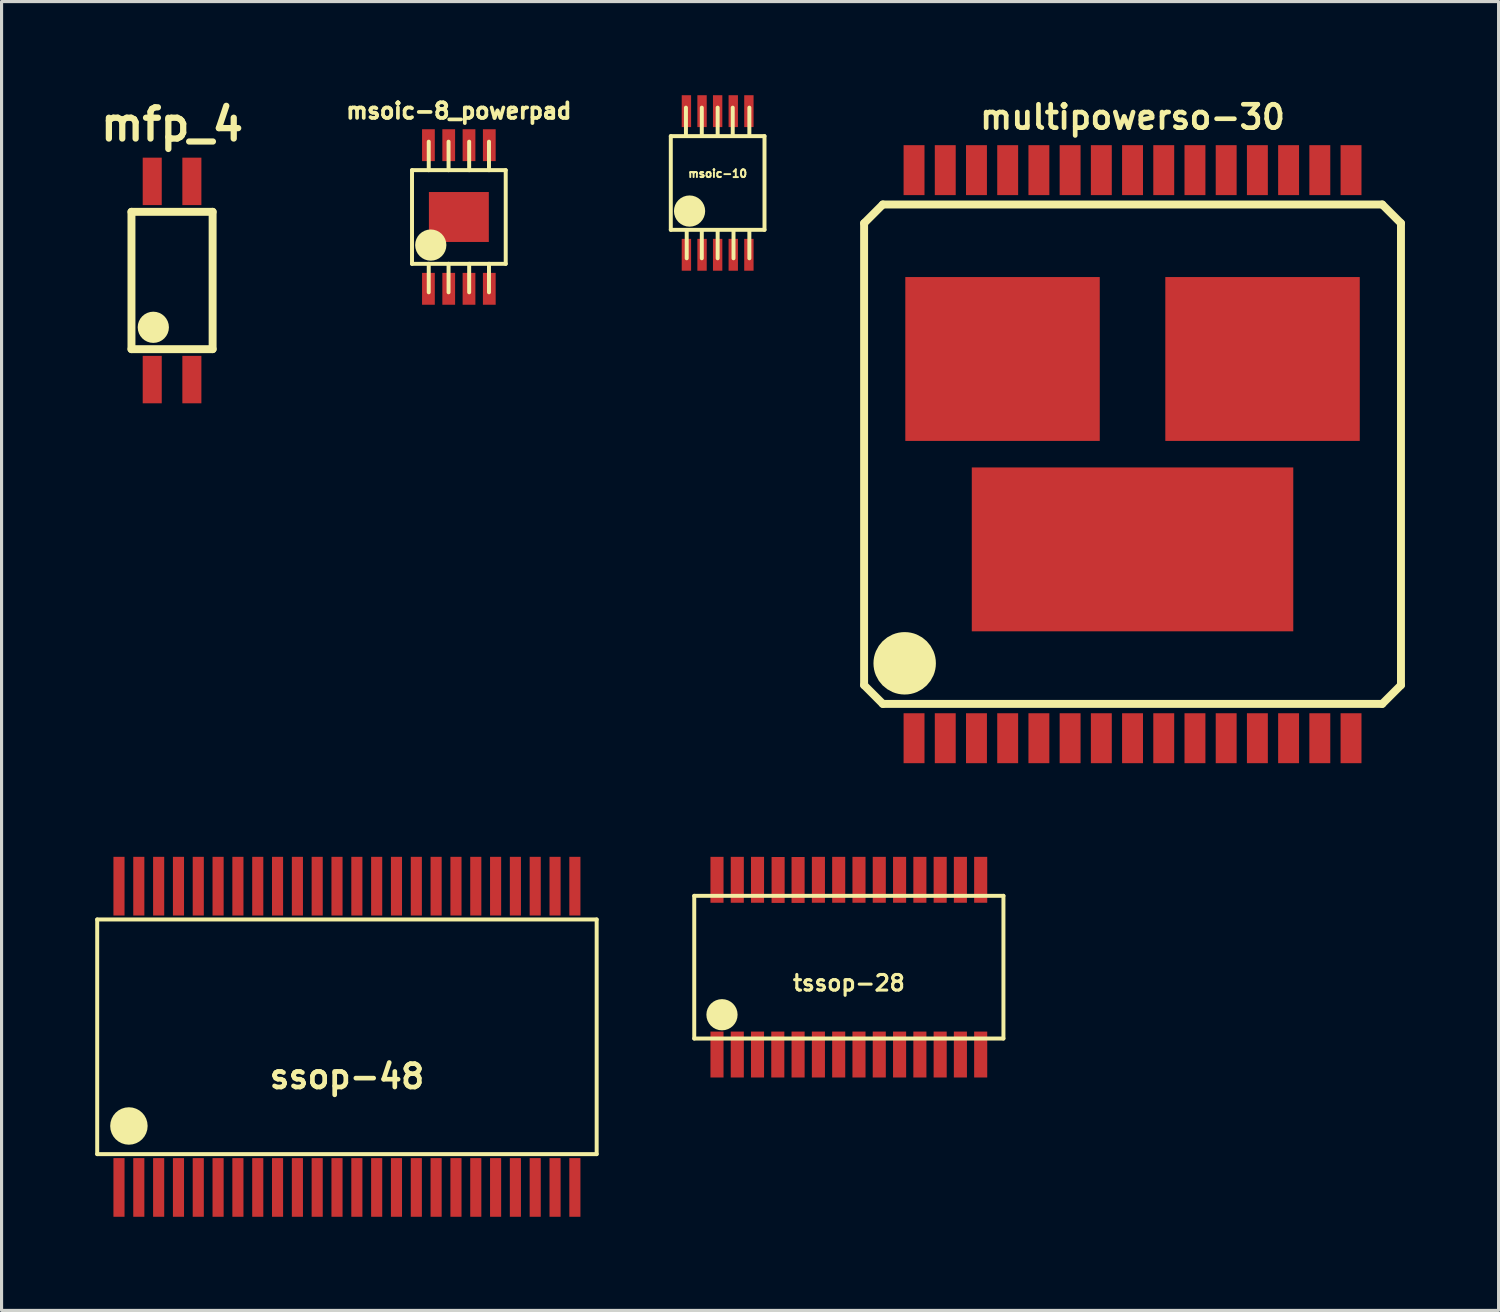
<source format=kicad_pcb>
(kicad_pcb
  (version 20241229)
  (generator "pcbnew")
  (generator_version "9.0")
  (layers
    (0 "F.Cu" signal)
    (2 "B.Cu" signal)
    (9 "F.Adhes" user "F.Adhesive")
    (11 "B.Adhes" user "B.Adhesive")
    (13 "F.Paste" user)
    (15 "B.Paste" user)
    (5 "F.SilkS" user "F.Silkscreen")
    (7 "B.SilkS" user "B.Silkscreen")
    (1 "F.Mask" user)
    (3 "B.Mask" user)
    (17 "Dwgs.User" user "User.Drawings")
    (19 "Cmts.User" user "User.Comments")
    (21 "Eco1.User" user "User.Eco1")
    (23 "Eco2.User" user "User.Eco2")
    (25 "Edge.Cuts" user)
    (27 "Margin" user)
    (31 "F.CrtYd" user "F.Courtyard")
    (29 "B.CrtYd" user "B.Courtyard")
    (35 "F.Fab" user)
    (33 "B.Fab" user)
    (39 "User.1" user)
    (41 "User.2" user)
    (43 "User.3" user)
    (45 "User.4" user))
  (footprint "tssop-28"
    (layer "F.Cu")
    (at 24.145 27.936)
    (property "Reference" "tssop-28" (at 0 0.508 0) (layer "F.SilkS") (effects (font (size 0.5 0.5) (thickness 0.099))))
    (attr through_hole)
    (fp_line (start -4.953 -2.286) (end -4.953 2.286) (stroke (width 0.127) (type solid)) (layer "F.SilkS"))
    (fp_line (start -4.953 2.286) (end 4.953 2.286) (stroke (width 0.127) (type solid)) (layer "F.SilkS"))
    (fp_line (start 4.953 -2.286) (end -4.953 -2.286) (stroke (width 0.127) (type solid)) (layer "F.SilkS"))
    (fp_line (start 4.953 2.286) (end 4.953 -2.286) (stroke (width 0.127) (type solid)) (layer "F.SilkS"))
    (fp_circle (center -4.064 1.524) (end -3.814 1.524) (stroke (width 0.5) (type solid)) (fill no) (layer "F.SilkS"))
    (pad "1" smd rect (at -4.224 2.799) (size 0.419 1.471) (layers "F.Cu" "F.Mask" "F.Paste"))
    (pad "2" smd rect (at -3.574 2.799) (size 0.419 1.471) (layers "F.Cu" "F.Mask" "F.Paste"))
    (pad "3" smd rect (at -2.926 2.799) (size 0.419 1.471) (layers "F.Cu" "F.Mask" "F.Paste"))
    (pad "4" smd rect (at -2.276 2.799) (size 0.419 1.471) (layers "F.Cu" "F.Mask" "F.Paste"))
    (pad "5" smd rect (at -1.626 2.799) (size 0.419 1.471) (layers "F.Cu" "F.Mask" "F.Paste"))
    (pad "6" smd rect (at -0.975 2.799) (size 0.419 1.471) (layers "F.Cu" "F.Mask" "F.Paste"))
    (pad "7" smd rect (at -0.325 2.799) (size 0.419 1.471) (layers "F.Cu" "F.Mask" "F.Paste"))
    (pad "8" smd rect (at 0.325 2.799) (size 0.419 1.471) (layers "F.Cu" "F.Mask" "F.Paste"))
    (pad "9" smd rect (at 0.975 2.799) (size 0.419 1.471) (layers "F.Cu" "F.Mask" "F.Paste"))
    (pad "10" smd rect (at 1.626 2.799) (size 0.419 1.471) (layers "F.Cu" "F.Mask" "F.Paste"))
    (pad "11" smd rect (at 2.276 2.799) (size 0.419 1.471) (layers "F.Cu" "F.Mask" "F.Paste"))
    (pad "12" smd rect (at 2.926 2.799) (size 0.419 1.471) (layers "F.Cu" "F.Mask" "F.Paste"))
    (pad "13" smd rect (at 3.574 2.799) (size 0.419 1.471) (layers "F.Cu" "F.Mask" "F.Paste"))
    (pad "14" smd rect (at 4.224 2.799) (size 0.419 1.471) (layers "F.Cu" "F.Mask" "F.Paste"))
    (pad "15" smd rect (at 4.224 -2.799) (size 0.419 1.471) (layers "F.Cu" "F.Mask" "F.Paste"))
    (pad "16" smd rect (at 3.574 -2.799) (size 0.419 1.471) (layers "F.Cu" "F.Mask" "F.Paste"))
    (pad "17" smd rect (at 2.926 -2.799) (size 0.419 1.471) (layers "F.Cu" "F.Mask" "F.Paste"))
    (pad "18" smd rect (at 2.276 -2.799) (size 0.419 1.471) (layers "F.Cu" "F.Mask" "F.Paste"))
    (pad "19" smd rect (at 1.626 -2.799) (size 0.419 1.471) (layers "F.Cu" "F.Mask" "F.Paste"))
    (pad "20" smd rect (at 0.975 -2.799) (size 0.419 1.471) (layers "F.Cu" "F.Mask" "F.Paste"))
    (pad "21" smd rect (at 0.325 -2.799) (size 0.419 1.471) (layers "F.Cu" "F.Mask" "F.Paste"))
    (pad "22" smd rect (at -0.325 -2.799) (size 0.419 1.471) (layers "F.Cu" "F.Mask" "F.Paste"))
    (pad "23" smd rect (at -0.975 -2.799) (size 0.419 1.471) (layers "F.Cu" "F.Mask" "F.Paste"))
    (pad "24" smd rect (at -1.626 -2.794) (size 0.419 1.471) (layers "F.Cu" "F.Mask" "F.Paste"))
    (pad "25" smd rect (at -2.266 -2.794) (size 0.419 1.471) (layers "F.Cu" "F.Mask" "F.Paste"))
    (pad "26" smd rect (at -2.926 -2.799) (size 0.419 1.471) (layers "F.Cu" "F.Mask" "F.Paste"))
    (pad "27" smd rect (at -3.574 -2.799) (size 0.419 1.471) (layers "F.Cu" "F.Mask" "F.Paste"))
    (pad "28" smd rect (at -4.224 -2.799) (size 0.419 1.471) (layers "F.Cu" "F.Mask" "F.Paste")))
  (footprint "multipowerso-30"
    (layer "F.Cu")
    (at 33.234 11.501)
    (property "Reference" "multipowerso-30" (at 0 -10.8 0) (layer "F.SilkS") (effects (font (size 0.749 0.749) (thickness 0.15))))
    (attr through_hole)
    (fp_line (start -8.6 -7.4) (end -8.6 7.4) (stroke (width 0.254) (type solid)) (layer "F.SilkS"))
    (fp_line (start -8.6 -7.4) (end -8 -8) (stroke (width 0.254) (type solid)) (layer "F.SilkS"))
    (fp_line (start -8.6 7.4) (end -8 8) (stroke (width 0.254) (type solid)) (layer "F.SilkS"))
    (fp_line (start -8 -8) (end 8 -8) (stroke (width 0.254) (type solid)) (layer "F.SilkS"))
    (fp_line (start -8 8) (end 8 8) (stroke (width 0.254) (type solid)) (layer "F.SilkS"))
    (fp_line (start 8 -8) (end 8.6 -7.4) (stroke (width 0.254) (type solid)) (layer "F.SilkS"))
    (fp_line (start 8 8) (end 8.6 7.4) (stroke (width 0.254) (type solid)) (layer "F.SilkS"))
    (fp_line (start 8.6 -7.4) (end 8.6 7.4) (stroke (width 0.254) (type solid)) (layer "F.SilkS"))
    (fp_circle (center -7.3 6.7) (end -6.8 6.7) (stroke (width 1) (type solid)) (fill no) (layer "F.SilkS"))
    (pad "1" smd rect (at -7 9.1) (size 0.67 1.6) (layers "F.Cu" "F.Mask" "F.Paste"))
    (pad "2" smd rect (at -6 9.1) (size 0.67 1.6) (layers "F.Cu" "F.Mask" "F.Paste"))
    (pad "3" smd rect (at -5 9.1) (size 0.67 1.6) (layers "F.Cu" "F.Mask" "F.Paste"))
    (pad "4" smd rect (at -4 9.1) (size 0.67 1.6) (layers "F.Cu" "F.Mask" "F.Paste"))
    (pad "5" smd rect (at -3 9.1) (size 0.67 1.6) (layers "F.Cu" "F.Mask" "F.Paste"))
    (pad "6" smd rect (at -2 9.1) (size 0.67 1.6) (layers "F.Cu" "F.Mask" "F.Paste"))
    (pad "7" smd rect (at -1 9.1) (size 0.67 1.6) (layers "F.Cu" "F.Mask" "F.Paste"))
    (pad "8" smd rect (at 0 9.1) (size 0.67 1.6) (layers "F.Cu" "F.Mask" "F.Paste"))
    (pad "9" smd rect (at 1 9.1) (size 0.67 1.6) (layers "F.Cu" "F.Mask" "F.Paste"))
    (pad "10" smd rect (at 2 9.1) (size 0.67 1.6) (layers "F.Cu" "F.Mask" "F.Paste"))
    (pad "11" smd rect (at 3 9.1) (size 0.67 1.6) (layers "F.Cu" "F.Mask" "F.Paste"))
    (pad "12" smd rect (at 4 9.1) (size 0.67 1.6) (layers "F.Cu" "F.Mask" "F.Paste"))
    (pad "13" smd rect (at 5 9.1) (size 0.67 1.6) (layers "F.Cu" "F.Mask" "F.Paste"))
    (pad "14" smd rect (at 6 9.1) (size 0.67 1.6) (layers "F.Cu" "F.Mask" "F.Paste"))
    (pad "15" smd rect (at 7 9.1) (size 0.67 1.6) (layers "F.Cu" "F.Mask" "F.Paste"))
    (pad "16" smd rect (at 7 -9.1) (size 0.67 1.6) (layers "F.Cu" "F.Mask" "F.Paste"))
    (pad "17" smd rect (at 6 -9.1) (size 0.67 1.6) (layers "F.Cu" "F.Mask" "F.Paste"))
    (pad "18" smd rect (at 5 -9.1) (size 0.67 1.6) (layers "F.Cu" "F.Mask" "F.Paste"))
    (pad "19" smd rect (at 4 -9.1) (size 0.67 1.6) (layers "F.Cu" "F.Mask" "F.Paste"))
    (pad "20" smd rect (at 3 -9.1) (size 0.67 1.6) (layers "F.Cu" "F.Mask" "F.Paste"))
    (pad "21" smd rect (at 2 -9.1) (size 0.67 1.6) (layers "F.Cu" "F.Mask" "F.Paste"))
    (pad "22" smd rect (at 1 -9.1) (size 0.67 1.6) (layers "F.Cu" "F.Mask" "F.Paste"))
    (pad "23" smd rect (at 0 -9.1) (size 0.67 1.6) (layers "F.Cu" "F.Mask" "F.Paste"))
    (pad "24" smd rect (at -1 -9.1) (size 0.67 1.6) (layers "F.Cu" "F.Mask" "F.Paste"))
    (pad "25" smd rect (at -2 -9.1) (size 0.67 1.6) (layers "F.Cu" "F.Mask" "F.Paste"))
    (pad "26" smd rect (at -3 -9.1) (size 0.67 1.6) (layers "F.Cu" "F.Mask" "F.Paste"))
    (pad "27" smd rect (at -4 -9.1) (size 0.67 1.6) (layers "F.Cu" "F.Mask" "F.Paste"))
    (pad "28" smd rect (at -5 -9.1) (size 0.67 1.6) (layers "F.Cu" "F.Mask" "F.Paste"))
    (pad "29" smd rect (at -6 -9.1) (size 0.67 1.6) (layers "F.Cu" "F.Mask" "F.Paste"))
    (pad "30" smd rect (at -7 -9.1) (size 0.67 1.6) (layers "F.Cu" "F.Mask" "F.Paste"))
    (pad "31" smd rect (at 0 3.05) (size 10.3 5.25) (layers "F.Cu" "F.Mask" "F.Paste"))
    (pad "32" smd rect (at 4.165 -3.05) (size 6.23 5.25) (layers "F.Cu" "F.Mask" "F.Paste"))
    (pad "33" smd rect (at -4.165 -3.05) (size 6.23 5.25) (layers "F.Cu" "F.Mask" "F.Paste")))
  (footprint "msoic-10"
    (layer "F.Cu")
    (at 19.942 2.812)
    (property "Reference" "msoic-10" (at 0 -0.3 0) (layer "F.SilkS") (effects (font (size 0.249 0.249) (thickness 0.061))))
    (attr through_hole)
    (fp_line (start -1.501 -1.501) (end -1.501 1.501) (stroke (width 0.127) (type solid)) (layer "F.SilkS"))
    (fp_line (start -1.501 1.501) (end 1.501 1.501) (stroke (width 0.127) (type solid)) (layer "F.SilkS"))
    (fp_line (start -1.016 -2.413) (end -1.016 -1.524) (stroke (width 0.127) (type solid)) (layer "F.SilkS"))
    (fp_line (start -0.991 2.413) (end -0.991 1.524) (stroke (width 0.127) (type solid)) (layer "F.SilkS"))
    (fp_line (start -0.508 -2.413) (end -0.508 -1.524) (stroke (width 0.127) (type solid)) (layer "F.SilkS"))
    (fp_line (start -0.508 2.413) (end -0.508 1.524) (stroke (width 0.127) (type solid)) (layer "F.SilkS"))
    (fp_line (start 0 -2.413) (end 0 -1.524) (stroke (width 0.127) (type solid)) (layer "F.SilkS"))
    (fp_line (start 0 2.413) (end 0 1.524) (stroke (width 0.127) (type solid)) (layer "F.SilkS"))
    (fp_line (start 0.483 -2.413) (end 0.483 -1.524) (stroke (width 0.127) (type solid)) (layer "F.SilkS"))
    (fp_line (start 0.508 2.413) (end 0.508 1.524) (stroke (width 0.127) (type solid)) (layer "F.SilkS"))
    (fp_line (start 1.016 -2.413) (end 1.016 -1.524) (stroke (width 0.127) (type solid)) (layer "F.SilkS"))
    (fp_line (start 1.016 2.413) (end 1.016 1.524) (stroke (width 0.127) (type solid)) (layer "F.SilkS"))
    (fp_line (start 1.501 -1.501) (end -1.501 -1.501) (stroke (width 0.127) (type solid)) (layer "F.SilkS"))
    (fp_line (start 1.501 1.501) (end 1.501 -1.501) (stroke (width 0.127) (type solid)) (layer "F.SilkS"))
    (fp_circle (center -0.9 0.9) (end -0.65 0.9) (stroke (width 0.5) (type solid)) (fill no) (layer "F.SilkS"))
    (pad "1" smd rect (at -1.001 2.301) (size 0.3 1.021) (layers "F.Cu" "F.Mask" "F.Paste"))
    (pad "2" smd rect (at -0.5 2.301) (size 0.3 1.021) (layers "F.Cu" "F.Mask" "F.Paste"))
    (pad "3" smd rect (at 0 2.301) (size 0.3 1.021) (layers "F.Cu" "F.Mask" "F.Paste"))
    (pad "4" smd rect (at 0.5 2.301) (size 0.3 1.021) (layers "F.Cu" "F.Mask" "F.Paste"))
    (pad "5" smd rect (at 1.001 2.301) (size 0.3 1.021) (layers "F.Cu" "F.Mask" "F.Paste"))
    (pad "6" smd rect (at 1.001 -2.301) (size 0.3 1.021) (layers "F.Cu" "F.Mask" "F.Paste"))
    (pad "7" smd rect (at 0.5 -2.301) (size 0.3 1.021) (layers "F.Cu" "F.Mask" "F.Paste"))
    (pad "8" smd rect (at 0 -2.301) (size 0.3 1.021) (layers "F.Cu" "F.Mask" "F.Paste"))
    (pad "9" smd rect (at -0.5 -2.301) (size 0.3 1.021) (layers "F.Cu" "F.Mask" "F.Paste"))
    (pad "10" smd rect (at -1.001 -2.301) (size 0.3 1.021) (layers "F.Cu" "F.Mask" "F.Paste")))
  (footprint "msoic-8_powerpad"
    (layer "F.Cu")
    (at 11.651 3.902)
    (property "Reference" "msoic-8_powerpad" (at 0 -3.4 180) (layer "F.SilkS") (effects (font (size 0.5 0.5) (thickness 0.119))))
    (attr through_hole)
    (fp_line (start -1.501 -1.501) (end -1.501 1.501) (stroke (width 0.127) (type solid)) (layer "F.SilkS"))
    (fp_line (start -1.501 1.501) (end 1.501 1.501) (stroke (width 0.127) (type solid)) (layer "F.SilkS"))
    (fp_line (start -0.965 -1.499) (end -0.965 -2.413) (stroke (width 0.127) (type solid)) (layer "F.SilkS"))
    (fp_line (start -0.965 1.499) (end -0.965 2.413) (stroke (width 0.127) (type solid)) (layer "F.SilkS"))
    (fp_line (start -0.33 -1.499) (end -0.33 -2.413) (stroke (width 0.127) (type solid)) (layer "F.SilkS"))
    (fp_line (start -0.33 1.499) (end -0.33 2.413) (stroke (width 0.127) (type solid)) (layer "F.SilkS"))
    (fp_line (start 0.33 -1.499) (end 0.33 -2.413) (stroke (width 0.127) (type solid)) (layer "F.SilkS"))
    (fp_line (start 0.33 1.499) (end 0.33 2.413) (stroke (width 0.127) (type solid)) (layer "F.SilkS"))
    (fp_line (start 0.965 -1.499) (end 0.965 -2.413) (stroke (width 0.127) (type solid)) (layer "F.SilkS"))
    (fp_line (start 0.965 1.499) (end 0.965 2.413) (stroke (width 0.127) (type solid)) (layer "F.SilkS"))
    (fp_line (start 1.501 -1.501) (end -1.501 -1.501) (stroke (width 0.127) (type solid)) (layer "F.SilkS"))
    (fp_line (start 1.501 1.501) (end 1.501 -1.501) (stroke (width 0.127) (type solid)) (layer "F.SilkS"))
    (fp_circle (center -0.9 0.9) (end -0.65 0.9) (stroke (width 0.5) (type solid)) (fill no) (layer "F.SilkS"))
    (pad "1" smd rect (at -0.975 2.301) (size 0.409 1.021) (layers "F.Cu" "F.Mask" "F.Paste"))
    (pad "2" smd rect (at -0.325 2.301) (size 0.409 1.021) (layers "F.Cu" "F.Mask" "F.Paste"))
    (pad "3" smd rect (at 0.325 2.301) (size 0.409 1.021) (layers "F.Cu" "F.Mask" "F.Paste"))
    (pad "4" smd rect (at 0.975 2.301) (size 0.409 1.021) (layers "F.Cu" "F.Mask" "F.Paste"))
    (pad "5" smd rect (at 0.975 -2.301) (size 0.409 1.021) (layers "F.Cu" "F.Mask" "F.Paste"))
    (pad "6" smd rect (at 0.325 -2.301) (size 0.409 1.021) (layers "F.Cu" "F.Mask" "F.Paste"))
    (pad "7" smd rect (at -0.325 -2.301) (size 0.409 1.021) (layers "F.Cu" "F.Mask" "F.Paste"))
    (pad "8" smd rect (at -0.975 -2.301) (size 0.409 1.021) (layers "F.Cu" "F.Mask" "F.Paste"))
    (pad "9" smd rect (at 0 0) (size 1.92 1.6) (layers "F.Cu" "F.Mask" "F.Paste")))
  (footprint "mfp_4"
    (layer "F.Cu")
    (at 2.462 5.936)
    (property "Reference" "mfp_4" (at 0 -5 0) (layer "F.SilkS") (effects (font (size 1 1) (thickness 0.2))))
    (attr through_hole)
    (fp_line (start -1.3 -2.2) (end -1.3 2.2) (stroke (width 0.254) (type solid)) (layer "F.SilkS"))
    (fp_line (start -1.3 2.2) (end 1.3 2.2) (stroke (width 0.254) (type solid)) (layer "F.SilkS"))
    (fp_line (start 1.3 -2.2) (end -1.3 -2.2) (stroke (width 0.254) (type solid)) (layer "F.SilkS"))
    (fp_line (start 1.3 2.2) (end 1.3 -2.2) (stroke (width 0.254) (type solid)) (layer "F.SilkS"))
    (fp_circle (center -0.6 1.5) (end -0.35 1.5) (stroke (width 0.5) (type solid)) (fill no) (layer "F.SilkS"))
    (pad "1" smd rect (at -0.635 3.175) (size 0.61 1.52) (layers "F.Cu" "F.Mask" "F.Paste"))
    (pad "2" smd rect (at 0.635 3.175) (size 0.61 1.52) (layers "F.Cu" "F.Mask" "F.Paste"))
    (pad "3" smd rect (at 0.635 -3.175) (size 0.61 1.52) (layers "F.Cu" "F.Mask" "F.Paste"))
    (pad "4" smd rect (at -0.635 -3.175) (size 0.61 1.52) (layers "F.Cu" "F.Mask" "F.Paste")))
  (footprint "ssop-48"
    (layer "F.Cu")
    (at 8.065 30.167)
    (property "Reference" "ssop-48" (at 0 1.27 0) (layer "F.SilkS") (effects (font (size 0.749 0.749) (thickness 0.15))))
    (attr through_hole)
    (fp_line (start -8.001 -3.759) (end -8.001 3.759) (stroke (width 0.127) (type solid)) (layer "F.SilkS"))
    (fp_line (start -8.001 3.759) (end 8.001 3.759) (stroke (width 0.127) (type solid)) (layer "F.SilkS"))
    (fp_line (start 8.001 -3.759) (end -8.001 -3.759) (stroke (width 0.127) (type solid)) (layer "F.SilkS"))
    (fp_line (start 8.001 3.759) (end 8.001 -3.759) (stroke (width 0.127) (type solid)) (layer "F.SilkS"))
    (fp_circle (center -6.985 2.857) (end -6.685 2.857) (stroke (width 0.6) (type solid)) (fill no) (layer "F.SilkS"))
    (pad "1" smd rect (at -7.303 4.826) (size 0.356 1.88) (layers "F.Cu" "F.Mask" "F.Paste"))
    (pad "2" smd rect (at -6.668 4.826) (size 0.356 1.88) (layers "F.Cu" "F.Mask" "F.Paste"))
    (pad "3" smd rect (at -6.032 4.826) (size 0.356 1.88) (layers "F.Cu" "F.Mask" "F.Paste"))
    (pad "4" smd rect (at -5.397 4.826) (size 0.356 1.88) (layers "F.Cu" "F.Mask" "F.Paste"))
    (pad "5" smd rect (at -4.763 4.826) (size 0.356 1.88) (layers "F.Cu" "F.Mask" "F.Paste"))
    (pad "6" smd rect (at -4.128 4.826) (size 0.356 1.88) (layers "F.Cu" "F.Mask" "F.Paste"))
    (pad "7" smd rect (at -3.493 4.826) (size 0.356 1.88) (layers "F.Cu" "F.Mask" "F.Paste"))
    (pad "8" smd rect (at -2.857 4.826) (size 0.356 1.88) (layers "F.Cu" "F.Mask" "F.Paste"))
    (pad "9" smd rect (at -2.223 4.826) (size 0.356 1.88) (layers "F.Cu" "F.Mask" "F.Paste"))
    (pad "10" smd rect (at -1.587 4.826) (size 0.356 1.88) (layers "F.Cu" "F.Mask" "F.Paste"))
    (pad "11" smd rect (at -0.953 4.826) (size 0.356 1.88) (layers "F.Cu" "F.Mask" "F.Paste"))
    (pad "12" smd rect (at -0.318 4.826) (size 0.356 1.88) (layers "F.Cu" "F.Mask" "F.Paste"))
    (pad "13" smd rect (at 0.318 4.826) (size 0.356 1.88) (layers "F.Cu" "F.Mask" "F.Paste"))
    (pad "14" smd rect (at 0.953 4.826) (size 0.356 1.88) (layers "F.Cu" "F.Mask" "F.Paste"))
    (pad "15" smd rect (at 1.587 4.826) (size 0.356 1.88) (layers "F.Cu" "F.Mask" "F.Paste"))
    (pad "16" smd rect (at 2.223 4.826) (size 0.356 1.88) (layers "F.Cu" "F.Mask" "F.Paste"))
    (pad "17" smd rect (at 2.857 4.826) (size 0.356 1.88) (layers "F.Cu" "F.Mask" "F.Paste"))
    (pad "18" smd rect (at 3.493 4.826) (size 0.356 1.88) (layers "F.Cu" "F.Mask" "F.Paste"))
    (pad "19" smd rect (at 4.128 4.826) (size 0.356 1.88) (layers "F.Cu" "F.Mask" "F.Paste"))
    (pad "20" smd rect (at 4.763 4.826) (size 0.356 1.88) (layers "F.Cu" "F.Mask" "F.Paste"))
    (pad "21" smd rect (at 5.397 4.826) (size 0.356 1.88) (layers "F.Cu" "F.Mask" "F.Paste"))
    (pad "22" smd rect (at 6.032 4.826) (size 0.356 1.88) (layers "F.Cu" "F.Mask" "F.Paste"))
    (pad "23" smd rect (at 6.668 4.826) (size 0.356 1.88) (layers "F.Cu" "F.Mask" "F.Paste"))
    (pad "24" smd rect (at 7.303 4.826) (size 0.356 1.88) (layers "F.Cu" "F.Mask" "F.Paste"))
    (pad "25" smd rect (at 7.303 -4.826) (size 0.356 1.88) (layers "F.Cu" "F.Mask" "F.Paste"))
    (pad "26" smd rect (at 6.668 -4.826) (size 0.356 1.88) (layers "F.Cu" "F.Mask" "F.Paste"))
    (pad "27" smd rect (at 6.032 -4.826) (size 0.356 1.88) (layers "F.Cu" "F.Mask" "F.Paste"))
    (pad "28" smd rect (at 5.397 -4.826) (size 0.356 1.88) (layers "F.Cu" "F.Mask" "F.Paste"))
    (pad "29" smd rect (at 4.763 -4.826) (size 0.356 1.88) (layers "F.Cu" "F.Mask" "F.Paste"))
    (pad "30" smd rect (at 4.128 -4.826) (size 0.356 1.88) (layers "F.Cu" "F.Mask" "F.Paste"))
    (pad "31" smd rect (at 3.493 -4.826) (size 0.356 1.88) (layers "F.Cu" "F.Mask" "F.Paste"))
    (pad "32" smd rect (at 2.857 -4.826) (size 0.356 1.88) (layers "F.Cu" "F.Mask" "F.Paste"))
    (pad "33" smd rect (at 2.223 -4.826) (size 0.356 1.88) (layers "F.Cu" "F.Mask" "F.Paste"))
    (pad "34" smd rect (at 1.587 -4.826) (size 0.356 1.88) (layers "F.Cu" "F.Mask" "F.Paste"))
    (pad "35" smd rect (at 0.953 -4.826) (size 0.356 1.88) (layers "F.Cu" "F.Mask" "F.Paste"))
    (pad "36" smd rect (at 0.318 -4.826) (size 0.356 1.88) (layers "F.Cu" "F.Mask" "F.Paste"))
    (pad "37" smd rect (at -0.318 -4.826) (size 0.356 1.88) (layers "F.Cu" "F.Mask" "F.Paste"))
    (pad "38" smd rect (at -0.953 -4.826) (size 0.356 1.88) (layers "F.Cu" "F.Mask" "F.Paste"))
    (pad "39" smd rect (at -1.587 -4.826) (size 0.356 1.88) (layers "F.Cu" "F.Mask" "F.Paste"))
    (pad "40" smd rect (at -2.223 -4.826) (size 0.356 1.88) (layers "F.Cu" "F.Mask" "F.Paste"))
    (pad "41" smd rect (at -2.857 -4.826) (size 0.356 1.88) (layers "F.Cu" "F.Mask" "F.Paste"))
    (pad "42" smd rect (at -3.493 -4.826) (size 0.356 1.88) (layers "F.Cu" "F.Mask" "F.Paste"))
    (pad "43" smd rect (at -4.128 -4.826) (size 0.356 1.88) (layers "F.Cu" "F.Mask" "F.Paste"))
    (pad "44" smd rect (at -4.763 -4.826) (size 0.356 1.88) (layers "F.Cu" "F.Mask" "F.Paste"))
    (pad "45" smd rect (at -5.397 -4.826) (size 0.356 1.88) (layers "F.Cu" "F.Mask" "F.Paste"))
    (pad "46" smd rect (at -6.032 -4.826) (size 0.356 1.88) (layers "F.Cu" "F.Mask" "F.Paste"))
    (pad "47" smd rect (at -6.668 -4.826) (size 0.356 1.88) (layers "F.Cu" "F.Mask" "F.Paste"))
    (pad "48" smd rect (at -7.303 -4.826) (size 0.356 1.88) (layers "F.Cu" "F.Mask" "F.Paste")))
  (gr_rect
    (start -3 -3)
    (end 44.961 38.933)
    (stroke (width 0.1) (type default))
    (fill no)
    (layer "Edge.Cuts")))
</source>
